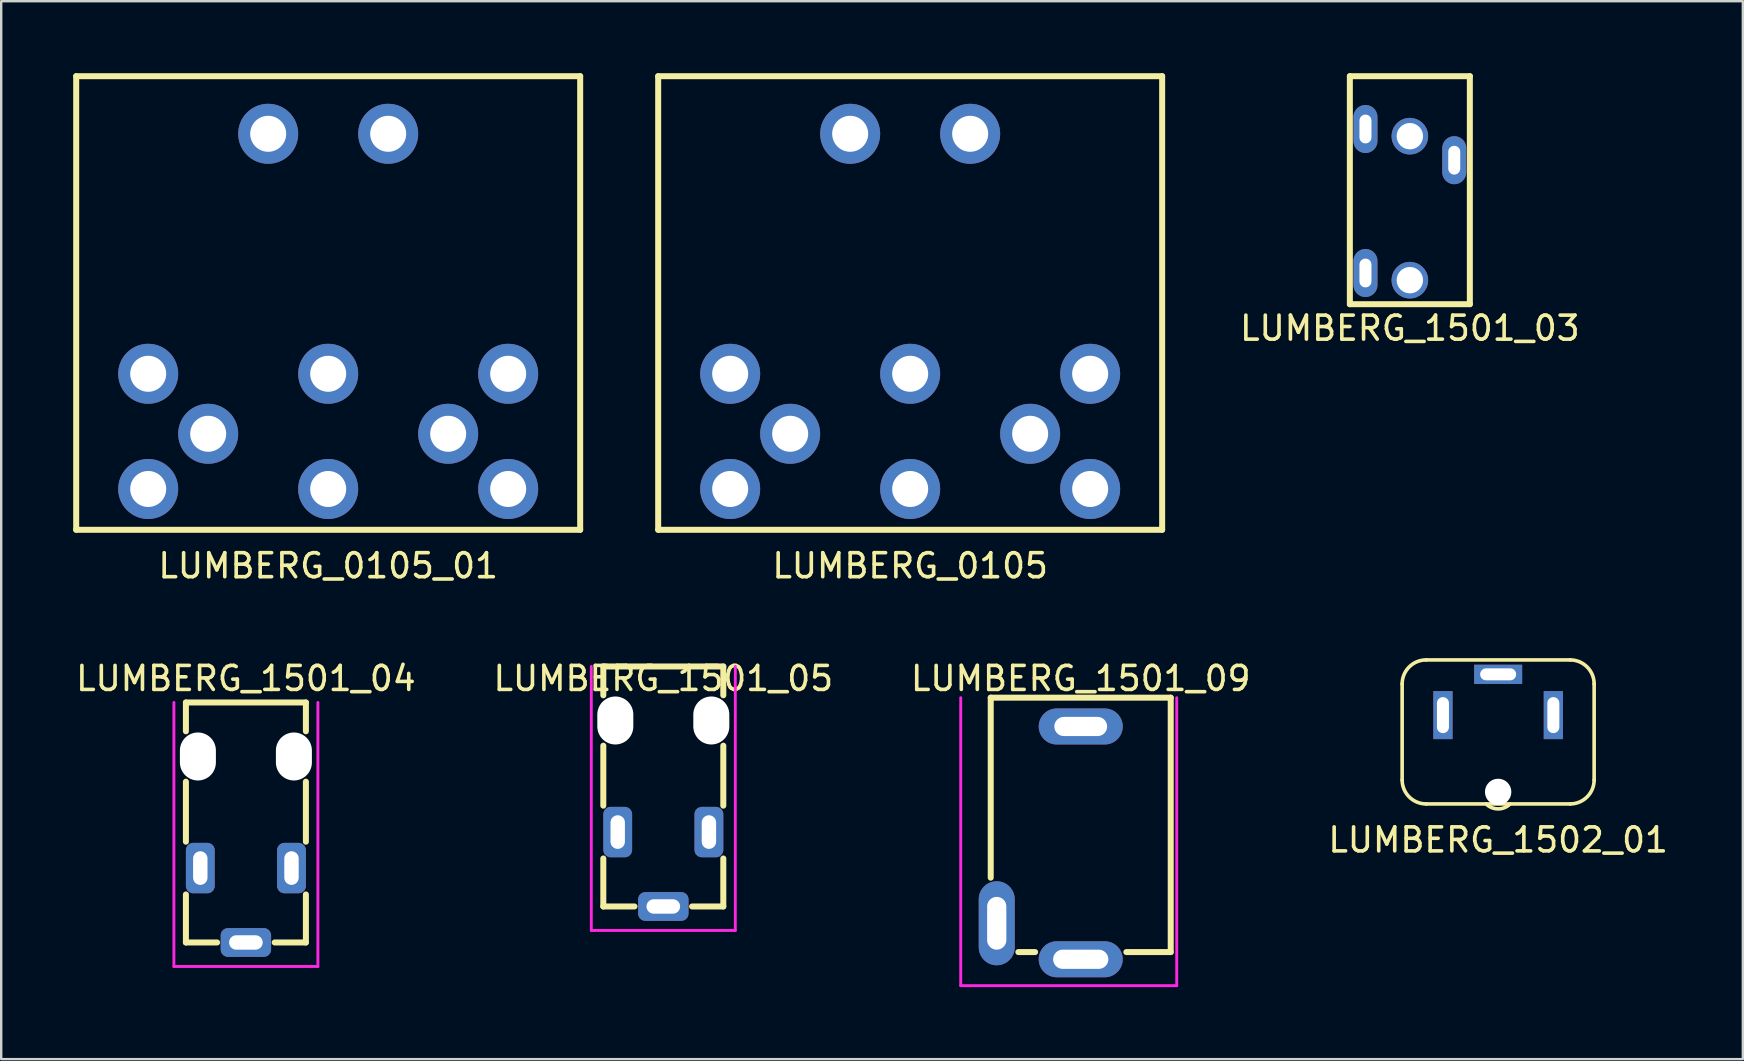
<source format=kicad_pcb>
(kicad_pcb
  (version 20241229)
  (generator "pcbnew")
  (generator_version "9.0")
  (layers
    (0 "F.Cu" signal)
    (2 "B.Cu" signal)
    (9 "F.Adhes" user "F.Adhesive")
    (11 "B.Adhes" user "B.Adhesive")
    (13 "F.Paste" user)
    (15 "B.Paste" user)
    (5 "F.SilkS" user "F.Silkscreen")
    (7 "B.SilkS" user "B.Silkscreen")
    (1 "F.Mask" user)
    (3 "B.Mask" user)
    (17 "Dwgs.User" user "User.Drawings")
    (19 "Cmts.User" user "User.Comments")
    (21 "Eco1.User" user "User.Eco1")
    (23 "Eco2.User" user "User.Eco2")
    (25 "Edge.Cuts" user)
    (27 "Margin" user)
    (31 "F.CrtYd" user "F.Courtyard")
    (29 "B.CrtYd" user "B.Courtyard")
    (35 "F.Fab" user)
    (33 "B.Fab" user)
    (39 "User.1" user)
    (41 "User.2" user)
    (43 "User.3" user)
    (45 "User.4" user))
  (footprint "LUMBERG_0105"
    (layer "F.Cu")
    (at 34.875 12.525)
    (property "Reference" "LUMBERG_0105" (at 0 8 0) (layer "F.SilkS") (effects (font (size 1 1) (thickness 0.15))))
    (attr through_hole)
    (fp_line (start -10.5 -12.4) (end 10.5 -12.4) (stroke (width 0.25) (type solid)) (layer "F.SilkS"))
    (fp_line (start -10.5 6.5) (end -10.5 -12.4) (stroke (width 0.25) (type solid)) (layer "F.SilkS"))
    (fp_line (start -10.5 6.5) (end 10.5 6.5) (stroke (width 0.25) (type solid)) (layer "F.SilkS"))
    (fp_line (start 10.5 -12.4) (end 10.5 6.5) (stroke (width 0.25) (type solid)) (layer "F.SilkS"))
    (pad "" np_thru_hole circle (at -2.5 -10) (size 2.5 2.5) (drill 1.5) (layers "*.Cu" "*.Mask"))
    (pad "" np_thru_hole circle (at 2.5 -10) (size 2.5 2.5) (drill 1.5) (layers "*.Cu" "*.Mask"))
    (pad "1" thru_hole circle (at -7.5 0) (size 2.5 2.5) (drill 1.5) (layers "*.Cu" "*.Mask"))
    (pad "2" thru_hole circle (at 0 0) (size 2.5 2.5) (drill 1.5) (layers "*.Cu" "*.Mask"))
    (pad "3" thru_hole circle (at 7.5 0) (size 2.5 2.5) (drill 1.5) (layers "*.Cu" "*.Mask"))
    (pad "4" thru_hole circle (at -5 2.5) (size 2.5 2.5) (drill 1.5) (layers "*.Cu" "*.Mask"))
    (pad "5" thru_hole circle (at 5 2.5) (size 2.5 2.5) (drill 1.5) (layers "*.Cu" "*.Mask"))
    (pad "6" thru_hole circle (at -7.5 4.8) (size 2.5 2.5) (drill 1.5) (layers "*.Cu" "*.Mask"))
    (pad "7" thru_hole circle (at 7.5 4.8) (size 2.5 2.5) (drill 1.5) (layers "*.Cu" "*.Mask"))
    (pad "8" thru_hole circle (at 0 4.8) (size 2.5 2.5) (drill 1.5) (layers "*.Cu" "*.Mask")))
  (footprint "LUMBERG_1501_04"
    (layer "F.Cu")
    (at 7.196 26.221)
    (property "Reference" "LUMBERG_1501_04" (at 0 -1 0) (layer "F.SilkS") (effects (font (size 1 1) (thickness 0.15))))
    (attr through_hole)
    (fp_line (start -2.5 0) (end -2.5 1.2) (stroke (width 0.25) (type solid)) (layer "F.SilkS"))
    (fp_line (start -2.5 0) (end 2.5 0) (stroke (width 0.25) (type solid)) (layer "F.SilkS"))
    (fp_line (start -2.5 3.3) (end -2.5 5.8) (stroke (width 0.25) (type solid)) (layer "F.SilkS"))
    (fp_line (start -2.5 8) (end -2.5 10) (stroke (width 0.25) (type solid)) (layer "F.SilkS"))
    (fp_line (start -2.5 10) (end -1.2 10) (stroke (width 0.25) (type solid)) (layer "F.SilkS"))
    (fp_line (start 1.2 10) (end 2.5 10) (stroke (width 0.25) (type solid)) (layer "F.SilkS"))
    (fp_line (start 2.5 0) (end 2.5 1.2) (stroke (width 0.25) (type solid)) (layer "F.SilkS"))
    (fp_line (start 2.5 5.8) (end 2.5 3.3) (stroke (width 0.25) (type solid)) (layer "F.SilkS"))
    (fp_line (start 2.5 10) (end 2.5 8) (stroke (width 0.25) (type solid)) (layer "F.SilkS"))
    (fp_line (start -3 0) (end -3 11) (stroke (width 0.12) (type solid)) (layer "F.CrtYd"))
    (fp_line (start -3 11) (end 3 11) (stroke (width 0.12) (type solid)) (layer "F.CrtYd"))
    (fp_line (start 3 11) (end 3 0) (stroke (width 0.12) (type solid)) (layer "F.CrtYd"))
    (pad "" np_thru_hole oval (at -2 2.25) (size 1.5 2) (drill oval 1.5 2) (layers "*.Cu" "*.Mask"))
    (pad "" np_thru_hole oval (at 2 2.25) (size 1.5 2) (drill oval 1.5 2) (layers "*.Cu" "*.Mask"))
    (pad "R" thru_hole roundrect (at -1.9 6.9) (size 1.2 2.1) (drill oval 0.6 1.4) (layers "*.Cu" "*.Mask") (roundrect_rratio 0.25))
    (pad "S" thru_hole roundrect (at 1.9 6.9) (size 1.2 2.1) (drill oval 0.6 1.4) (layers "*.Cu" "*.Mask") (roundrect_rratio 0.25))
    (pad "T" thru_hole roundrect (at 0 10) (size 2.1 1.2) (drill oval 1.4 0.6) (layers "*.Cu" "*.Mask") (roundrect_rratio 0.25)))
  (footprint "LUMBERG_1502_01"
    (layer "F.Cu")
    (at 59.375 27.448)
    (property "Reference" "LUMBERG_1502_01" (at 0 4.5 0) (layer "F.SilkS") (effects (font (size 1 1) (thickness 0.15))))
    (attr through_hole)
    (fp_line (start -4 -2) (end -4 2) (stroke (width 0.15) (type solid)) (layer "F.SilkS"))
    (fp_line (start -3 -3) (end 3 -3) (stroke (width 0.15) (type solid)) (layer "F.SilkS"))
    (fp_line (start -3 3) (end 3 3) (stroke (width 0.15) (type solid)) (layer "F.SilkS"))
    (fp_line (start 4 -2) (end 4 2) (stroke (width 0.15) (type solid)) (layer "F.SilkS"))
    (fp_arc (start -4 -2) (mid -3.707107 -2.707107) (end -3 -3) (stroke (width 0.15) (type solid)) (layer "F.SilkS"))
    (fp_arc (start -3 3) (mid -3.707107 2.707107) (end -4 2) (stroke (width 0.15) (type solid)) (layer "F.SilkS"))
    (fp_arc (start 0.5 3) (mid 0 3.207107) (end -0.5 3) (stroke (width 0.15) (type solid)) (layer "F.SilkS"))
    (fp_arc (start 3 -3) (mid 3.707107 -2.707107) (end 4 -2) (stroke (width 0.15) (type solid)) (layer "F.SilkS"))
    (fp_arc (start 4 2) (mid 3.707107 2.707107) (end 3 3) (stroke (width 0.15) (type solid)) (layer "F.SilkS"))
    (pad "" np_thru_hole circle (at 0 2.5 90) (size 1.1 1.1) (drill 1.1) (layers "*.Cu" "*.Mask"))
    (pad "1" thru_hole rect (at 2.3 -0.7) (size 0.8 2) (drill oval 0.5 1.5) (layers "*.Cu" "*.Mask"))
    (pad "2" thru_hole rect (at 0 -2.4 90) (size 0.8 2) (drill oval 0.5 1.5) (layers "*.Cu" "*.Mask"))
    (pad "3" thru_hole rect (at -2.3 -0.7) (size 0.8 2) (drill oval 0.5 1.5) (layers "*.Cu" "*.Mask")))
  (footprint "LUMBERG_0105_01"
    (layer "F.Cu")
    (at 10.625 12.525)
    (property "Reference" "LUMBERG_0105_01" (at 0 8 0) (layer "F.SilkS") (effects (font (size 1 1) (thickness 0.15))))
    (attr through_hole)
    (fp_line (start -10.5 -12.4) (end 10.5 -12.4) (stroke (width 0.25) (type solid)) (layer "F.SilkS"))
    (fp_line (start -10.5 6.5) (end -10.5 -12.4) (stroke (width 0.25) (type solid)) (layer "F.SilkS"))
    (fp_line (start -10.5 6.5) (end 10.5 6.5) (stroke (width 0.25) (type solid)) (layer "F.SilkS"))
    (fp_line (start 10.5 -12.4) (end 10.5 6.5) (stroke (width 0.25) (type solid)) (layer "F.SilkS"))
    (pad "" np_thru_hole circle (at -2.5 -10) (size 2.5 2.5) (drill 1.5) (layers "*.Cu" "*.Mask"))
    (pad "" np_thru_hole circle (at 2.5 -10) (size 2.5 2.5) (drill 1.5) (layers "*.Cu" "*.Mask"))
    (pad "1" thru_hole circle (at -7.5 0) (size 2.5 2.5) (drill 1.5) (layers "*.Cu" "*.Mask"))
    (pad "2" thru_hole circle (at 0 0) (size 2.5 2.5) (drill 1.5) (layers "*.Cu" "*.Mask"))
    (pad "3" thru_hole circle (at 7.5 0) (size 2.5 2.5) (drill 1.5) (layers "*.Cu" "*.Mask"))
    (pad "4" thru_hole circle (at -5 2.5) (size 2.5 2.5) (drill 1.5) (layers "*.Cu" "*.Mask"))
    (pad "5" thru_hole circle (at 5 2.5) (size 2.5 2.5) (drill 1.5) (layers "*.Cu" "*.Mask"))
    (pad "6" thru_hole circle (at -7.5 4.8) (size 2.5 2.5) (drill 1.5) (layers "*.Cu" "*.Mask"))
    (pad "7" thru_hole circle (at 7.5 4.8) (size 2.5 2.5) (drill 1.5) (layers "*.Cu" "*.Mask"))
    (pad "8" thru_hole circle (at 0 4.8) (size 2.5 2.5) (drill 1.5) (layers "*.Cu" "*.Mask")))
  (footprint "LUMBERG_1501_05"
    (layer "F.Cu")
    (at 24.589 24.721)
    (property "Reference" "LUMBERG_1501_05" (at 0 0.5 0) (layer "F.SilkS") (effects (font (size 1 1) (thickness 0.15))))
    (attr through_hole)
    (fp_line (start -2.5 0) (end -2.5 1.2) (stroke (width 0.25) (type solid)) (layer "F.SilkS"))
    (fp_line (start -2.5 0) (end 2.5 0) (stroke (width 0.25) (type solid)) (layer "F.SilkS"))
    (fp_line (start -2.5 3.3) (end -2.5 5.8) (stroke (width 0.25) (type solid)) (layer "F.SilkS"))
    (fp_line (start -2.5 8) (end -2.5 10) (stroke (width 0.25) (type solid)) (layer "F.SilkS"))
    (fp_line (start -2.5 10) (end -1.2 10) (stroke (width 0.25) (type solid)) (layer "F.SilkS"))
    (fp_line (start 1.2 10) (end 2.5 10) (stroke (width 0.25) (type solid)) (layer "F.SilkS"))
    (fp_line (start 2.5 0) (end 2.5 1.2) (stroke (width 0.25) (type solid)) (layer "F.SilkS"))
    (fp_line (start 2.5 5.8) (end 2.5 3.3) (stroke (width 0.25) (type solid)) (layer "F.SilkS"))
    (fp_line (start 2.5 10) (end 2.5 8) (stroke (width 0.25) (type solid)) (layer "F.SilkS"))
    (fp_line (start -3 0) (end -3 11) (stroke (width 0.12) (type solid)) (layer "F.CrtYd"))
    (fp_line (start -3 11) (end 3 11) (stroke (width 0.12) (type solid)) (layer "F.CrtYd"))
    (fp_line (start 3 11) (end 3 0) (stroke (width 0.12) (type solid)) (layer "F.CrtYd"))
    (pad "" np_thru_hole oval (at -2 2.25) (size 1.5 2) (drill oval 1.5 2) (layers "*.Cu" "*.Mask"))
    (pad "" np_thru_hole oval (at 2 2.25) (size 1.5 2) (drill oval 1.5 2) (layers "*.Cu" "*.Mask"))
    (pad "1" thru_hole roundrect (at 1.9 6.9) (size 1.2 2.1) (drill oval 0.6 1.4) (layers "*.Cu" "*.Mask") (roundrect_rratio 0.25))
    (pad "2" thru_hole roundrect (at 0 10) (size 2.1 1.2) (drill oval 1.4 0.6) (layers "*.Cu" "*.Mask") (roundrect_rratio 0.25))
    (pad "3" thru_hole roundrect (at -1.9 6.9) (size 1.2 2.1) (drill oval 0.6 1.4) (layers "*.Cu" "*.Mask") (roundrect_rratio 0.25)))
  (footprint "LUMBERG_1501_03"
    (layer "F.Cu")
    (at 55.696 2.625)
    (property "Reference" "LUMBERG_1501_03" (at 0 8 0) (layer "F.SilkS") (effects (font (size 1 1) (thickness 0.15))))
    (attr through_hole)
    (fp_line (start -2.5 -2.5) (end -2.5 7) (stroke (width 0.25) (type solid)) (layer "F.SilkS"))
    (fp_line (start -2.5 -2.5) (end 2.5 -2.5) (stroke (width 0.25) (type solid)) (layer "F.SilkS"))
    (fp_line (start -2.5 7) (end 2.5 7) (stroke (width 0.25) (type solid)) (layer "F.SilkS"))
    (fp_line (start 2.5 7) (end 2.5 -2.5) (stroke (width 0.25) (type solid)) (layer "F.SilkS"))
    (pad "" np_thru_hole circle (at 0 0) (size 1.524 1.524) (drill 1.1) (layers "*.Cu" "*.Mask"))
    (pad "" np_thru_hole circle (at 0 6) (size 1.524 1.524) (drill 1.1) (layers "*.Cu" "*.Mask"))
    (pad "R" thru_hole oval (at 1.85 1) (size 1 2) (drill oval 0.5 1.2) (layers "*.Cu" "*.Mask"))
    (pad "S" thru_hole oval (at -1.85 -0.3) (size 1 2) (drill oval 0.5 1.2) (layers "*.Cu" "*.Mask"))
    (pad "T" thru_hole oval (at -1.85 5.7) (size 1 2) (drill oval 0.5 1.2) (layers "*.Cu" "*.Mask")))
  (footprint "LUMBERG_1501_09"
    (layer "F.Cu")
    (at 41.982 26.021)
    (property "Reference" "LUMBERG_1501_09" (at 0 -0.8 0) (layer "F.SilkS") (effects (font (size 1 1) (thickness 0.15))))
    (attr through_hole)
    (fp_line (start -3.75 0) (end -3.75 7.5) (stroke (width 0.25) (type solid)) (layer "F.SilkS"))
    (fp_line (start -3.75 0) (end 3.75 0) (stroke (width 0.25) (type solid)) (layer "F.SilkS"))
    (fp_line (start -1.9 10.6) (end -2.6 10.6) (stroke (width 0.25) (type solid)) (layer "F.SilkS"))
    (fp_line (start 3.75 0) (end 3.75 10.6) (stroke (width 0.25) (type solid)) (layer "F.SilkS"))
    (fp_line (start 3.75 10.6) (end 1.9 10.6) (stroke (width 0.25) (type solid)) (layer "F.SilkS"))
    (fp_line (start -5 0) (end -5 12) (stroke (width 0.12) (type solid)) (layer "F.CrtYd"))
    (fp_line (start -5 12) (end 4 12) (stroke (width 0.12) (type solid)) (layer "F.CrtYd"))
    (fp_line (start 4 12) (end 4 0) (stroke (width 0.12) (type solid)) (layer "F.CrtYd"))
    (pad "1" thru_hole oval (at 0 1.2) (size 3.5 1.5) (drill oval 2.2 0.8) (layers "*.Cu" "*.Mask"))
    (pad "2" thru_hole oval (at 0 10.9) (size 3.5 1.5) (drill oval 2.3 0.8) (layers "*.Cu" "*.Mask"))
    (pad "3" thru_hole oval (at -3.5 9.4) (size 1.5 3.5) (drill oval 0.8 2.2) (layers "*.Cu" "*.Mask")))
  (gr_rect
    (start -3 -3)
    (end 69.571 41.081)
    (stroke (width 0.1) (type default))
    (fill no)
    (layer "Edge.Cuts")))
</source>
